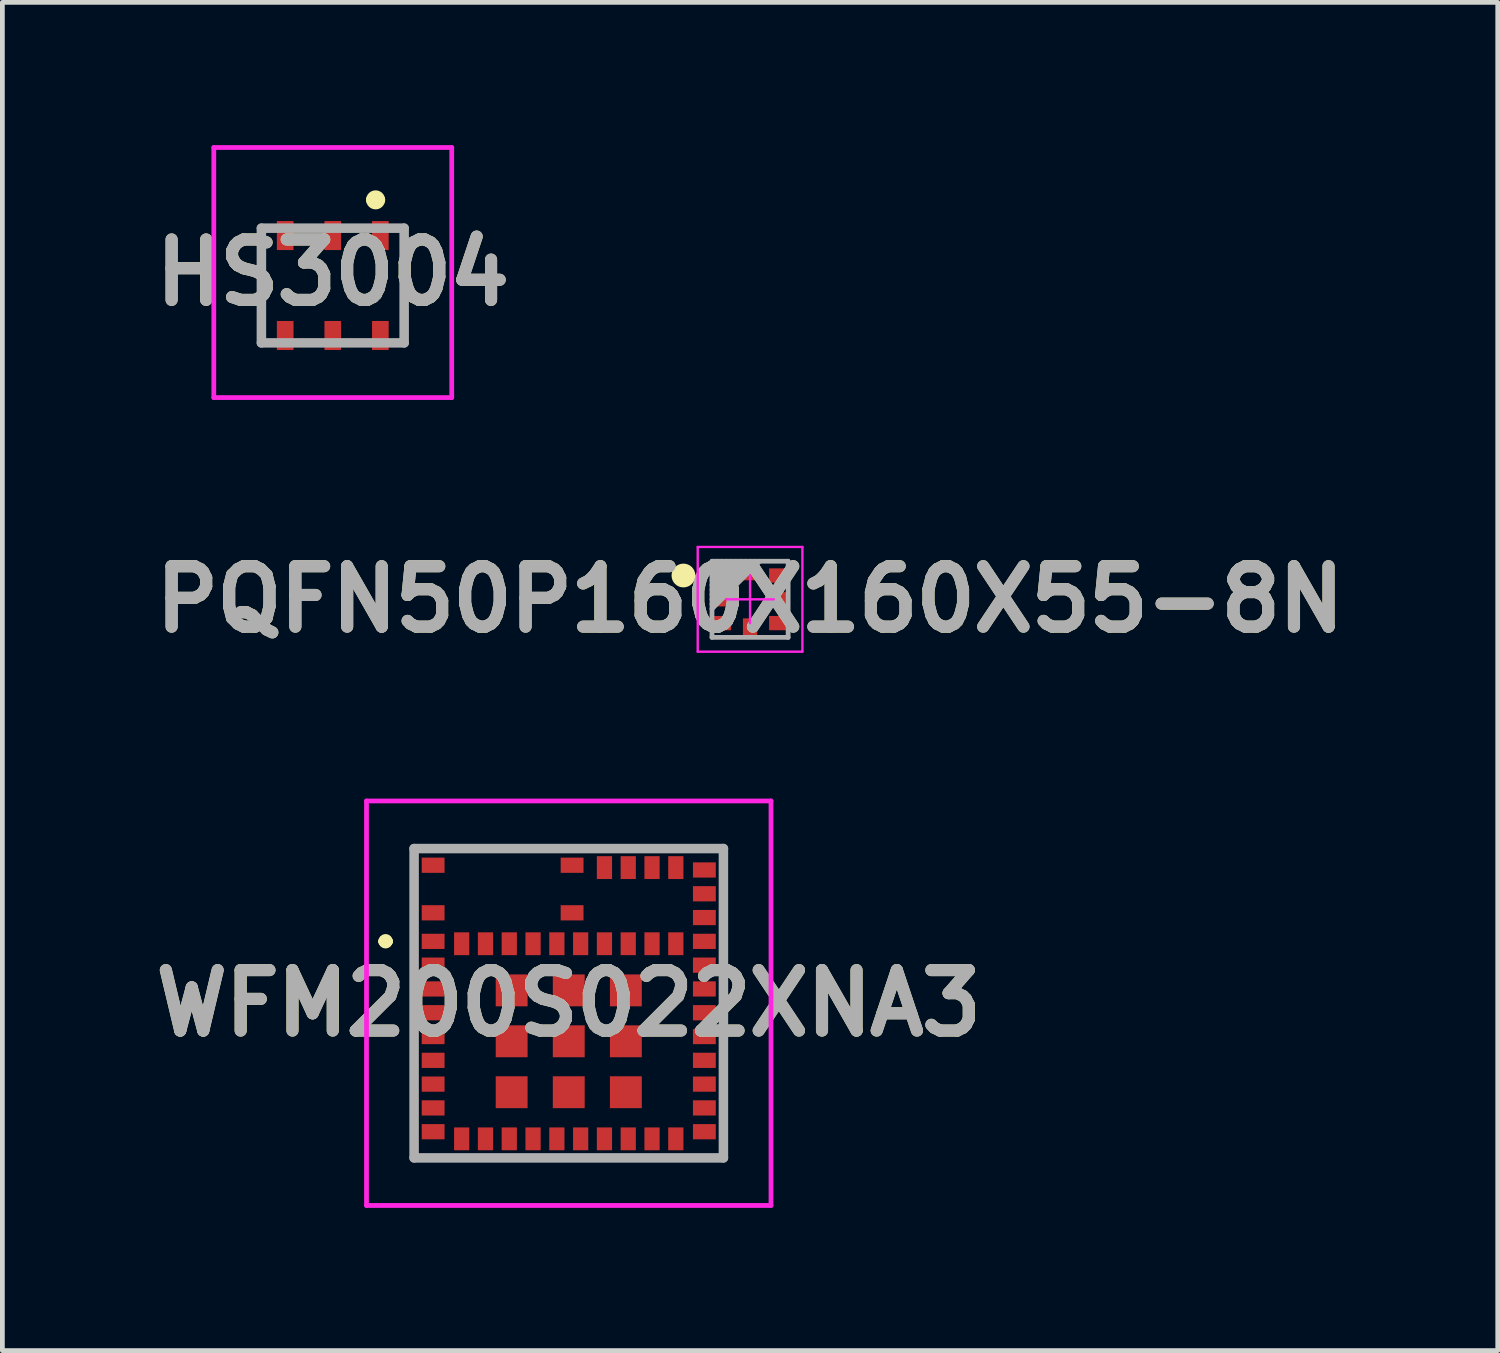
<source format=kicad_pcb>
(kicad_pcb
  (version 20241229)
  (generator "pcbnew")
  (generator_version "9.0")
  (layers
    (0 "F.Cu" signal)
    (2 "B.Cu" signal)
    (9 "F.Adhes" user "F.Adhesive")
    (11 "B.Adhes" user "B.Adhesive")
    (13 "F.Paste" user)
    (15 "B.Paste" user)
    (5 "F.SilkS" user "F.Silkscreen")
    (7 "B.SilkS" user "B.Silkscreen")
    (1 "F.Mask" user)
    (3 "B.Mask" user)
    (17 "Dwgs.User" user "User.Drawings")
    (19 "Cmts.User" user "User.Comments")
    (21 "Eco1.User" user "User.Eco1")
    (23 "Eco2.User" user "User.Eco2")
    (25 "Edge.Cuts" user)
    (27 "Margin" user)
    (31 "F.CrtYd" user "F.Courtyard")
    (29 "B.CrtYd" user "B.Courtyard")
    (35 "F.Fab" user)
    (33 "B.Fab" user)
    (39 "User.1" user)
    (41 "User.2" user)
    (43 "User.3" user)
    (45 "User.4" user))
  (footprint "PQFN50P160X160X55-8N"
    (layer "F.Cu")
    (at 12.712 9.544)
    (property "Reference" "PQFN50P160X160X55-8N" (at 0 0 0) (layer "F.SilkS") (effects (font (size 1.27 1.27) (thickness 0.254))))
    (attr smd)
    (fp_circle (center -1.4 -0.5) (end -1.4 -0.375) (stroke (width 0.25) (type solid)) (fill no) (layer "F.SilkS"))
    (fp_line (start -1.1 -1.1) (end 1.1 -1.1) (stroke (width 0.05) (type solid)) (layer "F.CrtYd"))
    (fp_line (start -1.1 1.1) (end -1.1 -1.1) (stroke (width 0.05) (type solid)) (layer "F.CrtYd"))
    (fp_line (start -0.85 -0.85) (end 0.85 -0.85) (stroke (width 0.001) (type solid)) (layer "F.CrtYd"))
    (fp_line (start -0.85 0.85) (end -0.85 -0.85) (stroke (width 0.001) (type solid)) (layer "F.CrtYd"))
    (fp_line (start -0.5 0) (end 0.5 0) (stroke (width 0.05) (type solid)) (layer "F.CrtYd"))
    (fp_line (start 0 0.5) (end 0 -0.5) (stroke (width 0.05) (type solid)) (layer "F.CrtYd"))
    (fp_line (start 0.85 -0.85) (end 0.85 0.85) (stroke (width 0.001) (type solid)) (layer "F.CrtYd"))
    (fp_line (start 0.85 0.85) (end -0.85 0.85) (stroke (width 0.001) (type solid)) (layer "F.CrtYd"))
    (fp_line (start 1.1 -1.1) (end 1.1 1.1) (stroke (width 0.05) (type solid)) (layer "F.CrtYd"))
    (fp_line (start 1.1 1.1) (end -1.1 1.1) (stroke (width 0.05) (type solid)) (layer "F.CrtYd"))
    (fp_line (start -0.8 -0.8) (end 0.8 -0.8) (stroke (width 0.1) (type solid)) (layer "F.Fab"))
    (fp_line (start -0.8 0.8) (end -0.8 -0.8) (stroke (width 0.1) (type solid)) (layer "F.Fab"))
    (fp_line (start -0.7 -0.8) (end -0.8 -0.7) (stroke (width 0.1) (type solid)) (layer "F.Fab"))
    (fp_line (start -0.6 -0.8) (end -0.8 -0.6) (stroke (width 0.1) (type solid)) (layer "F.Fab"))
    (fp_line (start -0.5 -0.8) (end -0.8 -0.5) (stroke (width 0.1) (type solid)) (layer "F.Fab"))
    (fp_line (start -0.4 -0.8) (end -0.8 -0.4) (stroke (width 0.1) (type solid)) (layer "F.Fab"))
    (fp_line (start -0.3 -0.8) (end -0.8 -0.3) (stroke (width 0.1) (type solid)) (layer "F.Fab"))
    (fp_line (start -0.2 -0.8) (end -0.8 -0.2) (stroke (width 0.1) (type solid)) (layer "F.Fab"))
    (fp_line (start -0.1 -0.8) (end -0.8 -0.1) (stroke (width 0.1) (type solid)) (layer "F.Fab"))
    (fp_line (start 0 -0.8) (end -0.8 0) (stroke (width 0.1) (type solid)) (layer "F.Fab"))
    (fp_line (start 0.1 -0.8) (end -0.8 0.1) (stroke (width 0.1) (type solid)) (layer "F.Fab"))
    (fp_line (start 0.2 -0.8) (end -0.8 0.2) (stroke (width 0.1) (type solid)) (layer "F.Fab"))
    (fp_line (start 0.8 -0.8) (end 0.8 0.8) (stroke (width 0.1) (type solid)) (layer "F.Fab"))
    (fp_line (start 0.8 0.8) (end -0.8 0.8) (stroke (width 0.1) (type solid)) (layer "F.Fab"))
    (fp_text user "${REFERENCE}" (at 0 0 0) (layer "F.Fab") (effects (font (size 1.27 1.27) (thickness 0.254))))
    (pad "1" smd rect (at -0.6 -0.5 90) (size 0.3 0.4) (layers "F.Cu" "F.Mask" "F.Paste"))
    (pad "2" smd rect (at -0.6 0 90) (size 0.3 0.4) (layers "F.Cu" "F.Mask" "F.Paste"))
    (pad "3" smd rect (at -0.6 0.5 90) (size 0.3 0.4) (layers "F.Cu" "F.Mask" "F.Paste"))
    (pad "4" smd rect (at 0 0.6) (size 0.3 0.4) (layers "F.Cu" "F.Mask" "F.Paste"))
    (pad "5" smd rect (at 0.6 0.5 90) (size 0.3 0.4) (layers "F.Cu" "F.Mask" "F.Paste"))
    (pad "6" smd rect (at 0.6 0 90) (size 0.3 0.4) (layers "F.Cu" "F.Mask" "F.Paste"))
    (pad "7" smd rect (at 0.6 -0.5 90) (size 0.3 0.4) (layers "F.Cu" "F.Mask" "F.Paste"))
    (pad "8" smd rect (at 0 -0.6) (size 0.3 0.4) (layers "F.Cu" "F.Mask" "F.Paste")))
  (footprint "WFM200S022XNA3"
    (layer "F.Cu")
    (at 8.902 18.032)
    (property "Reference" "WFM200S022XNA3" (at 0 0 0) (layer "F.SilkS") (effects (font (size 1.27 1.27) (thickness 0.254))))
    (attr smd)
    (fp_line (start -3.9 -1.3) (end -3.9 -1.3) (stroke (width 0.2) (type solid)) (layer "F.SilkS"))
    (fp_line (start -3.8 -1.3) (end -3.8 -1.3) (stroke (width 0.2) (type solid)) (layer "F.SilkS"))
    (fp_line (start -3.8 -1.3) (end -3.8 -1.3) (stroke (width 0.2) (type solid)) (layer "F.SilkS"))
    (fp_line (start -2 -3.25) (end -2 -3.25) (stroke (width 0.1) (type solid)) (layer "F.SilkS"))
    (fp_line (start -2 -3.25) (end -0.75 -3.25) (stroke (width 0.1) (type solid)) (layer "F.SilkS"))
    (fp_line (start -0.75 -3.25) (end -2 -3.25) (stroke (width 0.1) (type solid)) (layer "F.SilkS"))
    (fp_line (start -0.75 -3.25) (end -0.75 -3.25) (stroke (width 0.1) (type solid)) (layer "F.SilkS"))
    (fp_arc (start -3.9 -1.3) (mid -3.85 -1.35) (end -3.8 -1.3) (stroke (width 0.2) (type solid)) (layer "F.SilkS"))
    (fp_arc (start -3.9 -1.3) (mid -3.85 -1.35) (end -3.8 -1.3) (stroke (width 0.2) (type solid)) (layer "F.SilkS"))
    (fp_arc (start -3.8 -1.3) (mid -3.85 -1.25) (end -3.9 -1.3) (stroke (width 0.2) (type solid)) (layer "F.SilkS"))
    (fp_line (start -4.25 -4.25) (end -4.25 4.25) (stroke (width 0.1) (type solid)) (layer "F.CrtYd"))
    (fp_line (start -4.25 4.25) (end 4.25 4.25) (stroke (width 0.1) (type solid)) (layer "F.CrtYd"))
    (fp_line (start 4.25 -4.25) (end -4.25 -4.25) (stroke (width 0.1) (type solid)) (layer "F.CrtYd"))
    (fp_line (start 4.25 4.25) (end 4.25 -4.25) (stroke (width 0.1) (type solid)) (layer "F.CrtYd"))
    (fp_line (start -3.25 -3.25) (end 3.25 -3.25) (stroke (width 0.2) (type solid)) (layer "F.Fab"))
    (fp_line (start -3.25 3.25) (end -3.25 -3.25) (stroke (width 0.2) (type solid)) (layer "F.Fab"))
    (fp_line (start 3.25 -3.25) (end 3.25 3.25) (stroke (width 0.2) (type solid)) (layer "F.Fab"))
    (fp_line (start 3.25 3.25) (end -3.25 3.25) (stroke (width 0.2) (type solid)) (layer "F.Fab"))
    (fp_text user "${REFERENCE}" (at 0 0 0) (layer "F.Fab") (effects (font (size 1.27 1.27) (thickness 0.254))))
    (pad "1" smd rect (at -2.85 -1.3 90) (size 0.32 0.48) (layers "F.Cu" "F.Mask" "F.Paste"))
    (pad "2" smd rect (at -2.85 -0.8 90) (size 0.32 0.48) (layers "F.Cu" "F.Mask" "F.Paste"))
    (pad "3" smd rect (at -2.85 -0.3 90) (size 0.32 0.48) (layers "F.Cu" "F.Mask" "F.Paste"))
    (pad "4" smd rect (at -2.85 0.2 90) (size 0.32 0.48) (layers "F.Cu" "F.Mask" "F.Paste"))
    (pad "5" smd rect (at -2.85 0.7 90) (size 0.32 0.48) (layers "F.Cu" "F.Mask" "F.Paste"))
    (pad "6" smd rect (at -2.85 1.2 90) (size 0.32 0.48) (layers "F.Cu" "F.Mask" "F.Paste"))
    (pad "7" smd rect (at -2.85 1.7 90) (size 0.32 0.48) (layers "F.Cu" "F.Mask" "F.Paste"))
    (pad "8" smd rect (at -2.85 2.2 90) (size 0.32 0.48) (layers "F.Cu" "F.Mask" "F.Paste"))
    (pad "9" smd rect (at -2.85 2.7 90) (size 0.32 0.48) (layers "F.Cu" "F.Mask" "F.Paste"))
    (pad "10" smd rect (at -2.25 2.85) (size 0.32 0.48) (layers "F.Cu" "F.Mask" "F.Paste"))
    (pad "11" smd rect (at -1.75 2.85) (size 0.32 0.48) (layers "F.Cu" "F.Mask" "F.Paste"))
    (pad "12" smd rect (at -1.25 2.85) (size 0.32 0.48) (layers "F.Cu" "F.Mask" "F.Paste"))
    (pad "13" smd rect (at -0.75 2.85) (size 0.32 0.48) (layers "F.Cu" "F.Mask" "F.Paste"))
    (pad "14" smd rect (at -0.25 2.85) (size 0.32 0.48) (layers "F.Cu" "F.Mask" "F.Paste"))
    (pad "15" smd rect (at 0.25 2.85) (size 0.32 0.48) (layers "F.Cu" "F.Mask" "F.Paste"))
    (pad "16" smd rect (at 0.75 2.85) (size 0.32 0.48) (layers "F.Cu" "F.Mask" "F.Paste"))
    (pad "17" smd rect (at 1.25 2.85) (size 0.32 0.48) (layers "F.Cu" "F.Mask" "F.Paste"))
    (pad "18" smd rect (at 1.75 2.85) (size 0.32 0.48) (layers "F.Cu" "F.Mask" "F.Paste"))
    (pad "19" smd rect (at 2.25 2.85) (size 0.32 0.48) (layers "F.Cu" "F.Mask" "F.Paste"))
    (pad "20" smd rect (at 2.85 2.7 90) (size 0.32 0.48) (layers "F.Cu" "F.Mask" "F.Paste"))
    (pad "21" smd rect (at 2.85 2.2 90) (size 0.32 0.48) (layers "F.Cu" "F.Mask" "F.Paste"))
    (pad "22" smd rect (at 2.85 1.7 90) (size 0.32 0.48) (layers "F.Cu" "F.Mask" "F.Paste"))
    (pad "23" smd rect (at 2.85 1.2 90) (size 0.32 0.48) (layers "F.Cu" "F.Mask" "F.Paste"))
    (pad "24" smd rect (at 2.85 0.7 90) (size 0.32 0.48) (layers "F.Cu" "F.Mask" "F.Paste"))
    (pad "25" smd rect (at 2.85 0.2 90) (size 0.32 0.48) (layers "F.Cu" "F.Mask" "F.Paste"))
    (pad "26" smd rect (at 2.85 -0.3 90) (size 0.32 0.48) (layers "F.Cu" "F.Mask" "F.Paste"))
    (pad "27" smd rect (at 2.85 -0.8 90) (size 0.32 0.48) (layers "F.Cu" "F.Mask" "F.Paste"))
    (pad "28" smd rect (at 2.85 -1.3 90) (size 0.32 0.48) (layers "F.Cu" "F.Mask" "F.Paste"))
    (pad "29" smd rect (at 2.85 -1.8 90) (size 0.32 0.48) (layers "F.Cu" "F.Mask" "F.Paste"))
    (pad "30" smd rect (at 2.85 -2.3 90) (size 0.32 0.48) (layers "F.Cu" "F.Mask" "F.Paste"))
    (pad "31" smd rect (at 2.85 -2.8 90) (size 0.32 0.48) (layers "F.Cu" "F.Mask" "F.Paste"))
    (pad "32" smd rect (at 2.25 -2.85) (size 0.32 0.48) (layers "F.Cu" "F.Mask" "F.Paste"))
    (pad "33" smd rect (at 1.75 -2.85) (size 0.32 0.48) (layers "F.Cu" "F.Mask" "F.Paste"))
    (pad "34" smd rect (at 1.25 -2.85) (size 0.32 0.48) (layers "F.Cu" "F.Mask" "F.Paste"))
    (pad "35" smd rect (at 0.75 -2.85) (size 0.32 0.48) (layers "F.Cu" "F.Mask" "F.Paste"))
    (pad "36" smd rect (at 2.25 -1.25) (size 0.32 0.48) (layers "F.Cu" "F.Mask" "F.Paste"))
    (pad "37" smd rect (at 1.75 -1.25) (size 0.32 0.48) (layers "F.Cu" "F.Mask" "F.Paste"))
    (pad "38" smd rect (at 1.25 -1.25) (size 0.32 0.48) (layers "F.Cu" "F.Mask" "F.Paste"))
    (pad "39" smd rect (at 0.75 -1.25) (size 0.32 0.48) (layers "F.Cu" "F.Mask" "F.Paste"))
    (pad "40" smd rect (at 0.25 -1.25) (size 0.32 0.48) (layers "F.Cu" "F.Mask" "F.Paste"))
    (pad "41" smd rect (at -0.25 -1.25) (size 0.32 0.48) (layers "F.Cu" "F.Mask" "F.Paste"))
    (pad "42" smd rect (at -0.75 -1.25) (size 0.32 0.48) (layers "F.Cu" "F.Mask" "F.Paste"))
    (pad "43" smd rect (at -1.25 -1.25) (size 0.32 0.48) (layers "F.Cu" "F.Mask" "F.Paste"))
    (pad "44" smd rect (at -1.75 -1.25) (size 0.32 0.48) (layers "F.Cu" "F.Mask" "F.Paste"))
    (pad "45" smd rect (at -2.25 -1.25) (size 0.32 0.48) (layers "F.Cu" "F.Mask" "F.Paste"))
    (pad "46" smd rect (at 0.07 -2.9 90) (size 0.32 0.48) (layers "F.Cu" "F.Mask" "F.Paste"))
    (pad "47" smd rect (at -2.85 -2.9 90) (size 0.32 0.48) (layers "F.Cu" "F.Mask" "F.Paste"))
    (pad "48" smd rect (at 0.07 -1.9 90) (size 0.32 0.48) (layers "F.Cu" "F.Mask" "F.Paste"))
    (pad "49" smd rect (at -2.85 -1.9 90) (size 0.32 0.48) (layers "F.Cu" "F.Mask" "F.Paste"))
    (pad "50" smd rect (at 1.2 -0.27 90) (size 0.67 0.67) (layers "F.Cu" "F.Mask" "F.Paste"))
    (pad "51" smd rect (at 0 -0.27 90) (size 0.67 0.67) (layers "F.Cu" "F.Mask" "F.Paste"))
    (pad "52" smd rect (at -1.2 -0.27 90) (size 0.67 0.67) (layers "F.Cu" "F.Mask" "F.Paste"))
    (pad "53" smd rect (at 1.2 0.8 90) (size 0.67 0.67) (layers "F.Cu" "F.Mask" "F.Paste"))
    (pad "54" smd rect (at 0 0.8 90) (size 0.67 0.67) (layers "F.Cu" "F.Mask" "F.Paste"))
    (pad "55" smd rect (at -1.2 0.8 90) (size 0.67 0.67) (layers "F.Cu" "F.Mask" "F.Paste"))
    (pad "56" smd rect (at 1.2 1.87 90) (size 0.67 0.67) (layers "F.Cu" "F.Mask" "F.Paste"))
    (pad "57" smd rect (at 0 1.87 90) (size 0.67 0.67) (layers "F.Cu" "F.Mask" "F.Paste"))
    (pad "58" smd rect (at -1.2 1.87 90) (size 0.67 0.67) (layers "F.Cu" "F.Mask" "F.Paste")))
  (footprint "HS3004"
    (layer "F.Cu")
    (at 3.943 2.95)
    (property "Reference" "HS3004" (at 0 -0.272 0) (layer "F.SilkS") (effects (font (size 1.27 1.27) (thickness 0.254))))
    (attr smd)
    (fp_line (start -1.5 -0.6) (end -1.5 0.8) (stroke (width 0.1) (type solid)) (layer "F.SilkS"))
    (fp_line (start 0.8 -1.8) (end 0.8 -1.8) (stroke (width 0.2) (type solid)) (layer "F.SilkS"))
    (fp_line (start 1 -1.8) (end 1 -1.8) (stroke (width 0.2) (type solid)) (layer "F.SilkS"))
    (fp_line (start 1.5 -0.6) (end 1.5 0.6) (stroke (width 0.1) (type solid)) (layer "F.SilkS"))
    (fp_arc (start 0.8 -1.8) (mid 0.9 -1.9) (end 1 -1.8) (stroke (width 0.2) (type solid)) (layer "F.SilkS"))
    (fp_arc (start 1 -1.8) (mid 0.9 -1.7) (end 0.8 -1.8) (stroke (width 0.2) (type solid)) (layer "F.SilkS"))
    (fp_line (start -2.5 -2.9) (end 2.5 -2.9) (stroke (width 0.1) (type solid)) (layer "F.CrtYd"))
    (fp_line (start -2.5 2.355) (end -2.5 -2.9) (stroke (width 0.1) (type solid)) (layer "F.CrtYd"))
    (fp_line (start 2.5 -2.9) (end 2.5 2.355) (stroke (width 0.1) (type solid)) (layer "F.CrtYd"))
    (fp_line (start 2.5 2.355) (end -2.5 2.355) (stroke (width 0.1) (type solid)) (layer "F.CrtYd"))
    (fp_line (start -1.5 -1.205) (end 1.5 -1.205) (stroke (width 0.2) (type solid)) (layer "F.Fab"))
    (fp_line (start -1.5 1.205) (end -1.5 -1.205) (stroke (width 0.2) (type solid)) (layer "F.Fab"))
    (fp_line (start 1.5 -1.205) (end 1.5 1.205) (stroke (width 0.2) (type solid)) (layer "F.Fab"))
    (fp_line (start 1.5 1.205) (end -1.5 1.205) (stroke (width 0.2) (type solid)) (layer "F.Fab"))
    (fp_text user "${REFERENCE}" (at 0 -0.272 0) (layer "F.Fab") (effects (font (size 1.27 1.27) (thickness 0.254))))
    (pad "1" smd rect (at 1 -1.05) (size 0.35 0.61) (layers "F.Cu" "F.Mask" "F.Paste"))
    (pad "2" smd rect (at 0 -1.05) (size 0.35 0.61) (layers "F.Cu" "F.Mask" "F.Paste"))
    (pad "3" smd rect (at -1 -1.05) (size 0.35 0.61) (layers "F.Cu" "F.Mask" "F.Paste"))
    (pad "4" smd rect (at -1 1.05) (size 0.35 0.61) (layers "F.Cu" "F.Mask" "F.Paste"))
    (pad "5" smd rect (at 0 1.05) (size 0.35 0.61) (layers "F.Cu" "F.Mask" "F.Paste"))
    (pad "6" smd rect (at 1 1.05) (size 0.35 0.61) (layers "F.Cu" "F.Mask" "F.Paste")))
  (gr_rect
    (start -3 -3)
    (end 28.424 25.332)
    (stroke (width 0.1) (type default))
    (fill no)
    (layer "Edge.Cuts")))
</source>
